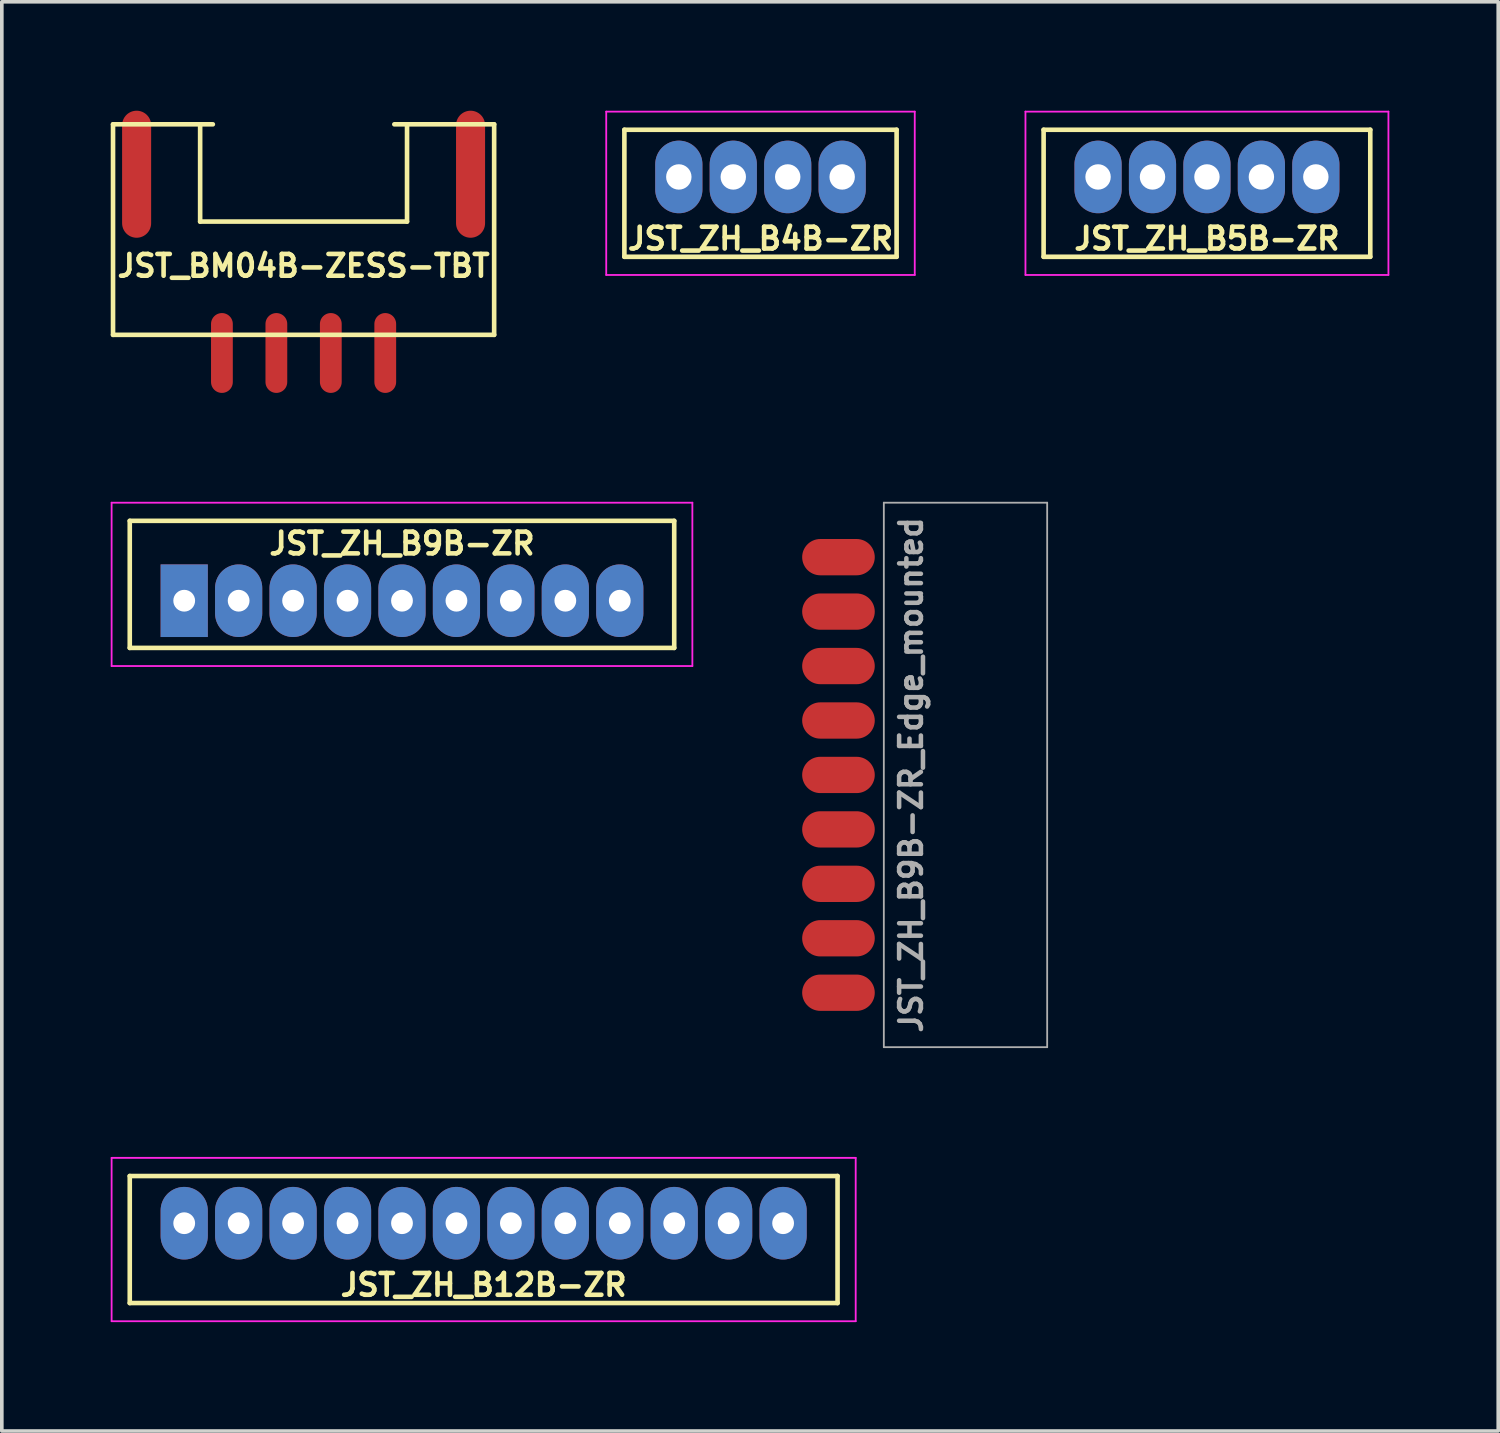
<source format=kicad_pcb>
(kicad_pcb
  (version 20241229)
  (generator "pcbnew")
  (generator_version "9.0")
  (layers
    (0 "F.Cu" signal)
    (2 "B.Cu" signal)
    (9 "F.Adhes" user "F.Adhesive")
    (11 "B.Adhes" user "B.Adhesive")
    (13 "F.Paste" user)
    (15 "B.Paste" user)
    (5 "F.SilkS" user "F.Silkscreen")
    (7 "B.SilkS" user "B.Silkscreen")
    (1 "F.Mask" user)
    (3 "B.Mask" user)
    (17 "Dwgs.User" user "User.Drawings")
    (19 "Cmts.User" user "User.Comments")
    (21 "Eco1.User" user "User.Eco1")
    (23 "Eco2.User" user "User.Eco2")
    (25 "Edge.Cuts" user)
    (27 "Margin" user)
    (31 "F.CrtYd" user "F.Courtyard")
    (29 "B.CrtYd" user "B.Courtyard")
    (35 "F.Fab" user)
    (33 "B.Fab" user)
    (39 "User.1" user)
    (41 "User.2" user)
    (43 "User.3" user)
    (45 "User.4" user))
  (footprint "JST_ZH_B12B-ZR"
    (layer "F.Cu")
    (at 10.275 31.1)
    (property "Reference" "JST_ZH_B12B-ZR" (at 0 1.25 0) (layer "F.SilkS") (effects (font (size 0.6 0.6) (thickness 0.127))))
    (attr through_hole)
    (fp_line (start -9.75 -1.75) (end -9.75 1.75) (stroke (width 0.127) (type solid)) (layer "F.SilkS"))
    (fp_line (start -9.75 -1.75) (end 9.75 -1.75) (stroke (width 0.127) (type solid)) (layer "F.SilkS"))
    (fp_line (start -9.75 1.75) (end 9.75 1.75) (stroke (width 0.127) (type solid)) (layer "F.SilkS"))
    (fp_line (start 9.75 1.75) (end 9.75 -1.75) (stroke (width 0.127) (type solid)) (layer "F.SilkS"))
    (fp_line (start -10.25 -2.25) (end 10.25 -2.25) (stroke (width 0.05) (type solid)) (layer "F.CrtYd"))
    (fp_line (start -10.25 2.25) (end -10.25 -2.25) (stroke (width 0.05) (type solid)) (layer "F.CrtYd"))
    (fp_line (start 10.25 -2.25) (end 10.25 2.25) (stroke (width 0.05) (type solid)) (layer "F.CrtYd"))
    (fp_line (start 10.25 2.25) (end -10.25 2.25) (stroke (width 0.05) (type solid)) (layer "F.CrtYd"))
    (pad "1" thru_hole oval (at -8.25 -0.45) (size 1.3 2) (drill 0.6) (layers "*.Cu" "*.Mask"))
    (pad "2" thru_hole oval (at -6.75 -0.45) (size 1.3 2) (drill 0.6) (layers "*.Cu" "*.Mask"))
    (pad "3" thru_hole oval (at -5.25 -0.45) (size 1.3 2) (drill 0.6) (layers "*.Cu" "*.Mask"))
    (pad "4" thru_hole oval (at -3.75 -0.45) (size 1.3 2) (drill 0.6) (layers "*.Cu" "*.Mask"))
    (pad "5" thru_hole oval (at -2.25 -0.45) (size 1.3 2) (drill 0.6) (layers "*.Cu" "*.Mask"))
    (pad "6" thru_hole oval (at -0.75 -0.45) (size 1.3 2) (drill 0.6) (layers "*.Cu" "*.Mask"))
    (pad "7" thru_hole oval (at 0.75 -0.45) (size 1.3 2) (drill 0.6) (layers "*.Cu" "*.Mask"))
    (pad "8" thru_hole oval (at 2.25 -0.45) (size 1.3 2) (drill 0.6) (layers "*.Cu" "*.Mask"))
    (pad "9" thru_hole oval (at 3.75 -0.45) (size 1.3 2) (drill 0.6) (layers "*.Cu" "*.Mask"))
    (pad "10" thru_hole oval (at 5.25 -0.45) (size 1.3 2) (drill 0.6) (layers "*.Cu" "*.Mask"))
    (pad "11" thru_hole oval (at 6.75 -0.45) (size 1.3 2) (drill 0.6) (layers "*.Cu" "*.Mask"))
    (pad "12" thru_hole oval (at 8.25 -0.45) (size 1.3 2) (drill 0.6) (layers "*.Cu" "*.Mask")))
  (footprint "JST_ZH_B9B-ZR_Edge_mounted"
    (layer "F.Cu")
    (at 21.3 18.3)
    (property "Reference" "JST_ZH_B9B-ZR_Edge_mounted" (at 0.75 0 90) (layer "F.Fab") (effects (font (size 0.6 0.6) (thickness 0.125))))
    (attr through_hole)
    (fp_line (start 0 -7.5) (end 4.5 -7.5) (stroke (width 0.05) (type solid)) (layer "F.Fab"))
    (fp_line (start 0 7.5) (end 0 -7.5) (stroke (width 0.05) (type solid)) (layer "F.Fab"))
    (fp_line (start 4.5 -7.5) (end 4.5 7.5) (stroke (width 0.05) (type solid)) (layer "F.Fab"))
    (fp_line (start 4.5 7.5) (end 0 7.5) (stroke (width 0.05) (type solid)) (layer "F.Fab"))
    (pad "1" connect oval (at -1.25 -6) (size 2 1) (layers "F.Cu" "F.Mask"))
    (pad "2" connect oval (at -1.25 -4.5) (size 2 1) (layers "F.Cu" "F.Mask"))
    (pad "3" connect oval (at -1.25 -3) (size 2 1) (layers "F.Cu" "F.Mask"))
    (pad "4" connect oval (at -1.25 -1.5) (size 2 1) (layers "F.Cu" "F.Mask"))
    (pad "5" connect oval (at -1.25 0) (size 2 1) (layers "F.Cu" "F.Mask"))
    (pad "6" connect oval (at -1.25 1.5) (size 2 1) (layers "F.Cu" "F.Mask"))
    (pad "7" connect oval (at -1.25 3) (size 2 1) (layers "F.Cu" "F.Mask"))
    (pad "8" connect oval (at -1.25 4.5) (size 2 1) (layers "F.Cu" "F.Mask"))
    (pad "9" connect oval (at -1.25 6) (size 2 1) (layers "F.Cu" "F.Mask")))
  (footprint "JST_ZH_B4B-ZR"
    (layer "F.Cu")
    (at 17.902 2.275)
    (property "Reference" "JST_ZH_B4B-ZR" (at 0 1.25 0) (layer "F.SilkS") (effects (font (size 0.6 0.6) (thickness 0.127))))
    (attr through_hole)
    (fp_line (start -3.75 -1.75) (end -3.75 1.75) (stroke (width 0.127) (type solid)) (layer "F.SilkS"))
    (fp_line (start -3.75 -1.75) (end 3.75 -1.75) (stroke (width 0.127) (type solid)) (layer "F.SilkS"))
    (fp_line (start -3.75 1.75) (end 3.75 1.75) (stroke (width 0.127) (type solid)) (layer "F.SilkS"))
    (fp_line (start 3.75 1.75) (end 3.75 -1.75) (stroke (width 0.127) (type solid)) (layer "F.SilkS"))
    (fp_line (start -4.25 -2.25) (end 4.25 -2.25) (stroke (width 0.05) (type solid)) (layer "F.CrtYd"))
    (fp_line (start -4.25 2.25) (end -4.25 -2.25) (stroke (width 0.05) (type solid)) (layer "F.CrtYd"))
    (fp_line (start 4.25 -2.25) (end 4.25 2.25) (stroke (width 0.05) (type solid)) (layer "F.CrtYd"))
    (fp_line (start 4.25 2.25) (end -4.25 2.25) (stroke (width 0.05) (type solid)) (layer "F.CrtYd"))
    (pad "1" thru_hole oval (at -2.25 -0.45) (size 1.3 2) (drill 0.7) (layers "*.Cu" "*.Mask"))
    (pad "2" thru_hole oval (at -0.75 -0.45) (size 1.3 2) (drill 0.7) (layers "*.Cu" "*.Mask"))
    (pad "3" thru_hole oval (at 0.75 -0.45) (size 1.3 2) (drill 0.7) (layers "*.Cu" "*.Mask"))
    (pad "4" thru_hole oval (at 2.25 -0.45) (size 1.3 2) (drill 0.7) (layers "*.Cu" "*.Mask")))
  (footprint "JST_ZH_B9B-ZR"
    (layer "F.Cu")
    (at 8.025 13.05)
    (property "Reference" "JST_ZH_B9B-ZR" (at 0 -1.125 0) (layer "F.SilkS") (effects (font (size 0.6 0.6) (thickness 0.127))))
    (attr through_hole)
    (fp_line (start -7.5 -1.75) (end -7.5 1.75) (stroke (width 0.127) (type solid)) (layer "F.SilkS"))
    (fp_line (start -7.5 -1.75) (end 7.5 -1.75) (stroke (width 0.127) (type solid)) (layer "F.SilkS"))
    (fp_line (start -7.5 1.75) (end 7.5 1.75) (stroke (width 0.127) (type solid)) (layer "F.SilkS"))
    (fp_line (start 7.5 1.75) (end 7.5 -1.75) (stroke (width 0.127) (type solid)) (layer "F.SilkS"))
    (fp_line (start -8 -2.25) (end 8 -2.25) (stroke (width 0.05) (type solid)) (layer "F.CrtYd"))
    (fp_line (start -8 2.25) (end -8 -2.25) (stroke (width 0.05) (type solid)) (layer "F.CrtYd"))
    (fp_line (start 8 -2.25) (end 8 2.25) (stroke (width 0.05) (type solid)) (layer "F.CrtYd"))
    (fp_line (start 8 2.25) (end -8 2.25) (stroke (width 0.05) (type solid)) (layer "F.CrtYd"))
    (pad "1" thru_hole rect (at -6 0.45) (size 1.3 2) (drill 0.6) (layers "*.Cu" "*.Mask"))
    (pad "2" thru_hole oval (at -4.5 0.45) (size 1.3 2) (drill 0.6) (layers "*.Cu" "*.Mask"))
    (pad "3" thru_hole oval (at -3 0.45) (size 1.3 2) (drill 0.6) (layers "*.Cu" "*.Mask"))
    (pad "4" thru_hole oval (at -1.5 0.45) (size 1.3 2) (drill 0.6) (layers "*.Cu" "*.Mask"))
    (pad "5" thru_hole oval (at 0 0.45) (size 1.3 2) (drill 0.6) (layers "*.Cu" "*.Mask"))
    (pad "6" thru_hole oval (at 1.5 0.45) (size 1.3 2) (drill 0.6) (layers "*.Cu" "*.Mask"))
    (pad "7" thru_hole oval (at 3 0.45) (size 1.3 2) (drill 0.6) (layers "*.Cu" "*.Mask"))
    (pad "8" thru_hole oval (at 4.5 0.45) (size 1.3 2) (drill 0.6) (layers "*.Cu" "*.Mask"))
    (pad "9" thru_hole oval (at 6 0.45) (size 1.3 2) (drill 0.6) (layers "*.Cu" "*.Mask")))
  (footprint "JST_BM04B-ZESS-TBT"
    (layer "F.Cu")
    (at 5.314 3.175)
    (property "Reference" "JST_BM04B-ZESS-TBT" (at 0 1.1 0) (layer "F.SilkS") (effects (font (size 0.6 0.6) (thickness 0.127))))
    (attr smd)
    (fp_line (start -5.25 -2.8) (end -2.5 -2.8) (stroke (width 0.127) (type solid)) (layer "F.SilkS"))
    (fp_line (start -5.25 3) (end -5.25 -2.8) (stroke (width 0.127) (type solid)) (layer "F.SilkS"))
    (fp_line (start -5.25 3) (end 5.25 3) (stroke (width 0.127) (type solid)) (layer "F.SilkS"))
    (fp_line (start -2.85 -2.8) (end -2.85 -0.12) (stroke (width 0.127) (type solid)) (layer "F.SilkS"))
    (fp_line (start -2.85 -0.12) (end 2.85 -0.12) (stroke (width 0.127) (type solid)) (layer "F.SilkS"))
    (fp_line (start 2.5 -2.8) (end 5.25 -2.8) (stroke (width 0.127) (type solid)) (layer "F.SilkS"))
    (fp_line (start 2.85 -2.8) (end 2.85 -0.12) (stroke (width 0.127) (type solid)) (layer "F.SilkS"))
    (fp_line (start 5.25 3) (end 5.25 -2.8) (stroke (width 0.127) (type solid)) (layer "F.SilkS"))
    (pad "1" smd oval (at -2.25 3.5) (size 0.6 2.2) (layers "F.Cu" "F.Mask" "F.Paste"))
    (pad "2" smd oval (at -0.75 3.5) (size 0.6 2.2) (layers "F.Cu" "F.Mask" "F.Paste"))
    (pad "3" smd oval (at 0.75 3.5) (size 0.6 2.2) (layers "F.Cu" "F.Mask" "F.Paste"))
    (pad "4" smd oval (at 2.25 3.5) (size 0.6 2.2) (layers "F.Cu" "F.Mask" "F.Paste"))
    (pad "5" smd oval (at -4.6 -1.425) (size 0.8 3.5) (layers "F.Cu" "F.Mask" "F.Paste"))
    (pad "5" smd oval (at 4.6 -1.425) (size 0.8 3.5) (layers "F.Cu" "F.Mask" "F.Paste")))
  (footprint "JST_ZH_B5B-ZR"
    (layer "F.Cu")
    (at 30.202 2.275)
    (property "Reference" "JST_ZH_B5B-ZR" (at 0 1.25 0) (layer "F.SilkS") (effects (font (size 0.6 0.6) (thickness 0.127))))
    (attr through_hole)
    (fp_line (start -4.5 -1.75) (end -4.5 1.75) (stroke (width 0.127) (type solid)) (layer "F.SilkS"))
    (fp_line (start -4.5 -1.75) (end 4.5 -1.75) (stroke (width 0.127) (type solid)) (layer "F.SilkS"))
    (fp_line (start -4.5 1.75) (end 4.5 1.75) (stroke (width 0.127) (type solid)) (layer "F.SilkS"))
    (fp_line (start 4.5 1.75) (end 4.5 -1.75) (stroke (width 0.127) (type solid)) (layer "F.SilkS"))
    (fp_line (start -5 -2.25) (end 5 -2.25) (stroke (width 0.05) (type solid)) (layer "F.CrtYd"))
    (fp_line (start -5 2.25) (end -5 -2.25) (stroke (width 0.05) (type solid)) (layer "F.CrtYd"))
    (fp_line (start 5 -2.25) (end 5 2.25) (stroke (width 0.05) (type solid)) (layer "F.CrtYd"))
    (fp_line (start 5 2.25) (end -5 2.25) (stroke (width 0.05) (type solid)) (layer "F.CrtYd"))
    (pad "1" thru_hole oval (at -3 -0.45) (size 1.3 2) (drill 0.7) (layers "*.Cu" "*.Mask"))
    (pad "2" thru_hole oval (at -1.5 -0.45) (size 1.3 2) (drill 0.7) (layers "*.Cu" "*.Mask"))
    (pad "3" thru_hole oval (at 0 -0.45) (size 1.3 2) (drill 0.7) (layers "*.Cu" "*.Mask"))
    (pad "4" thru_hole oval (at 1.5 -0.45) (size 1.3 2) (drill 0.7) (layers "*.Cu" "*.Mask"))
    (pad "5" thru_hole oval (at 3 -0.45) (size 1.3 2) (drill 0.7) (layers "*.Cu" "*.Mask")))
  (gr_rect
    (start -3 -3)
    (end 38.227 36.375)
    (stroke (width 0.1) (type default))
    (fill no)
    (layer "Edge.Cuts")))
</source>
